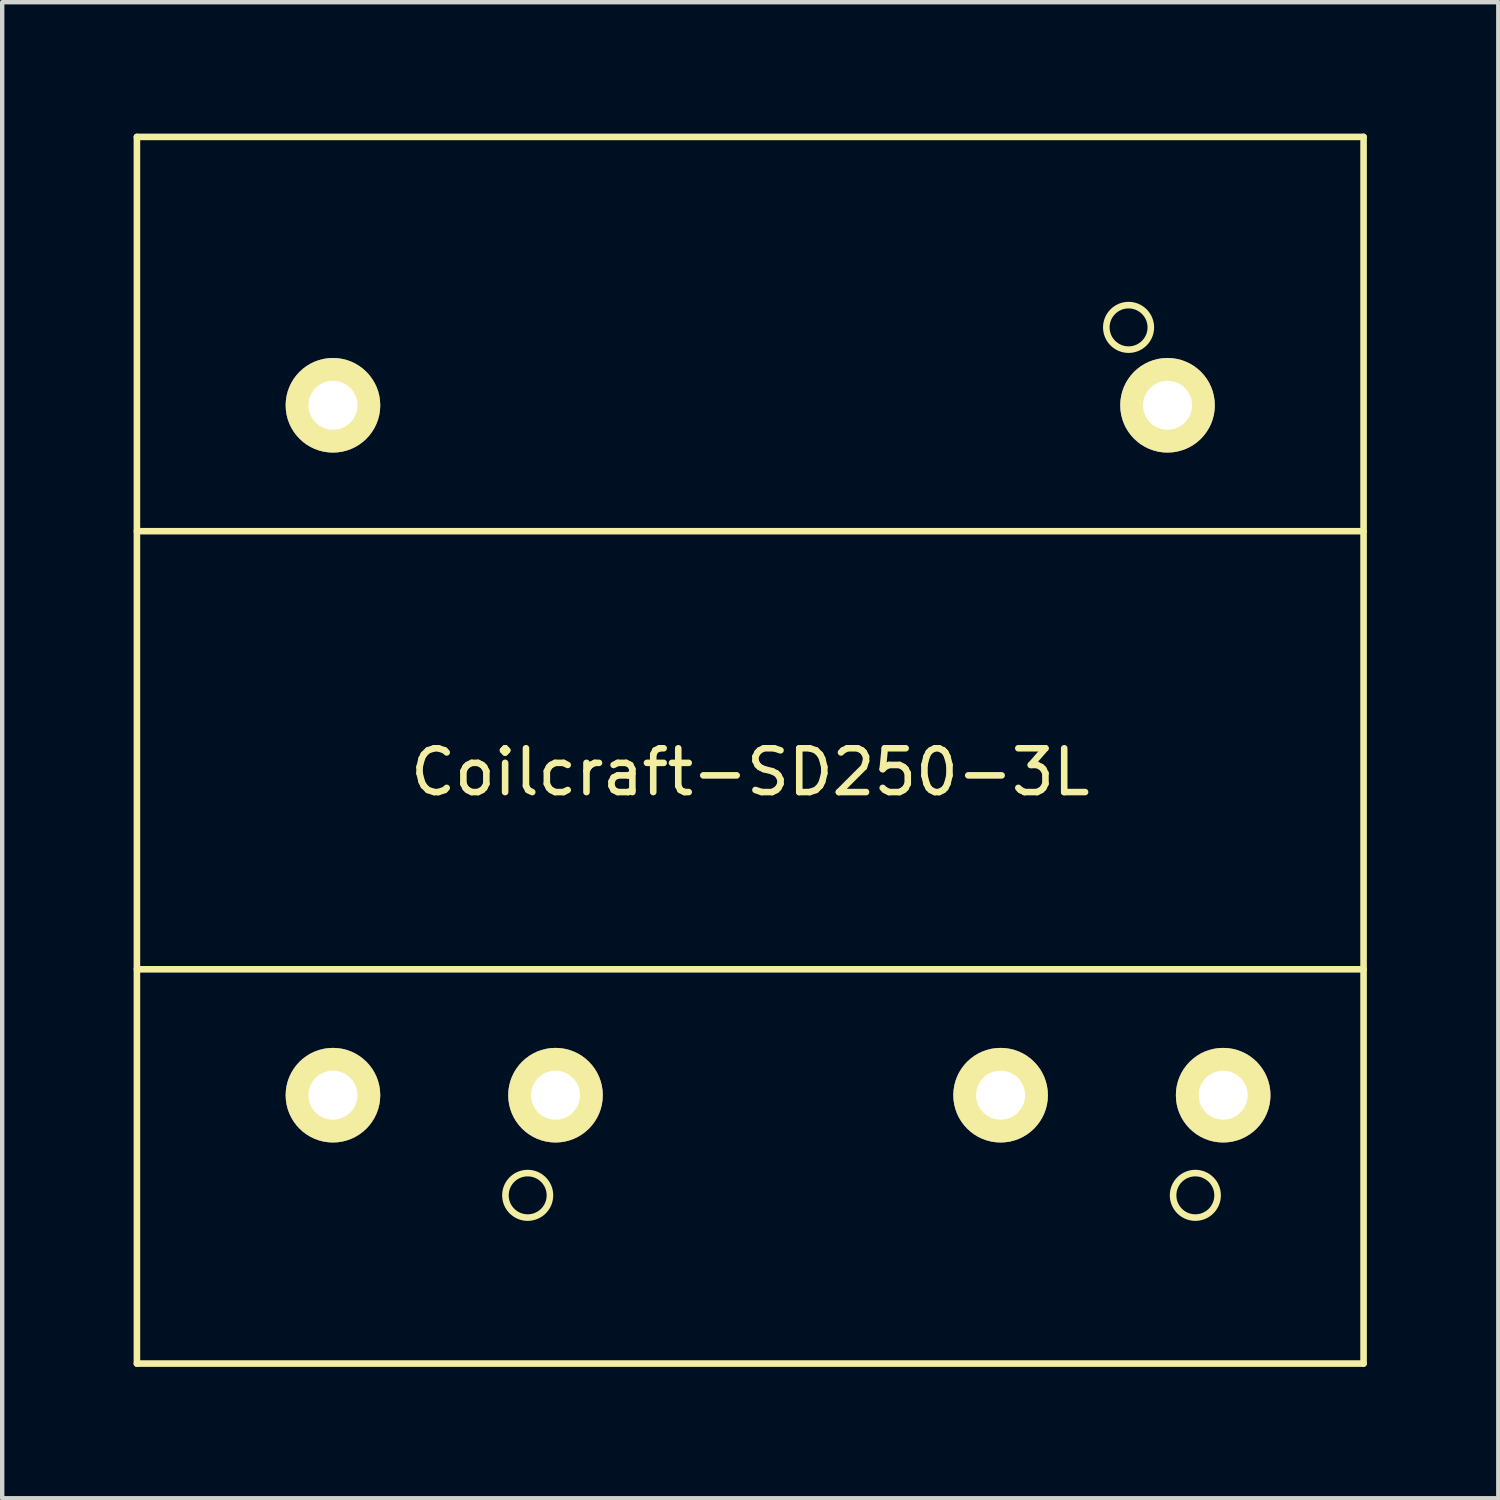
<source format=kicad_pcb>
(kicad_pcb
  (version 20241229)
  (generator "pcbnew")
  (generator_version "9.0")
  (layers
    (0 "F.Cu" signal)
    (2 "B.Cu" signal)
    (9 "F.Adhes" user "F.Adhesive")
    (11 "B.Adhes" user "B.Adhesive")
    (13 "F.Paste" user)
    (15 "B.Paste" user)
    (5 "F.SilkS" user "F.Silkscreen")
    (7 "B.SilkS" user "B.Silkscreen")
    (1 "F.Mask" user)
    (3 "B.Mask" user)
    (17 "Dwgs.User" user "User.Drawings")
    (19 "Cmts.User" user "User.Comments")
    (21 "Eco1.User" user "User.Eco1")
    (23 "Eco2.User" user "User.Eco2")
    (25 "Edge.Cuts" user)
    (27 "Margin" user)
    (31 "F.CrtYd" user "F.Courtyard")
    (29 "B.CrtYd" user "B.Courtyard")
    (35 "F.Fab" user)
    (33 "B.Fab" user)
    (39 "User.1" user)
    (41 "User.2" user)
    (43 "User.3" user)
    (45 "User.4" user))
  (footprint "Coilcraft-SD250-3L"
    (layer "F.Cu")
    (at 14.075 14.075)
    (property "Reference" "Coilcraft-SD250-3L" (at 0 0.5 0) (layer "F.SilkS") (effects (font (size 1 1) (thickness 0.15))))
    (attr through_hole)
    (fp_line (start -14 -14) (end 14 -14) (stroke (width 0.15) (type solid)) (layer "F.SilkS"))
    (fp_line (start -14 -5) (end 14 -5) (stroke (width 0.15) (type solid)) (layer "F.SilkS"))
    (fp_line (start -14 5) (end 14 5) (stroke (width 0.15) (type solid)) (layer "F.SilkS"))
    (fp_line (start -14 14) (end -14 -14) (stroke (width 0.15) (type solid)) (layer "F.SilkS"))
    (fp_line (start 14 -14) (end 14 14) (stroke (width 0.15) (type solid)) (layer "F.SilkS"))
    (fp_line (start 14 14) (end -14 14) (stroke (width 0.15) (type solid)) (layer "F.SilkS"))
    (fp_circle (center -5.08 10.16) (end -5.08 10.668) (stroke (width 0.15) (type solid)) (fill no) (layer "F.SilkS"))
    (fp_circle (center 8.636 -9.652) (end 9.144 -9.652) (stroke (width 0.15) (type solid)) (fill no) (layer "F.SilkS"))
    (fp_circle (center 10.16 10.16) (end 10.668 10.16) (stroke (width 0.15) (type solid)) (fill no) (layer "F.SilkS"))
    (pad "1" thru_hole circle (at 9.525 -7.874) (size 2.159 2.159) (drill 1.118) (layers "*.Cu" "*.Mask" "F.SilkS"))
    (pad "2" thru_hole circle (at -9.525 -7.874) (size 2.159 2.159) (drill 1.118) (layers "*.Cu" "*.Mask" "F.SilkS"))
    (pad "6" thru_hole circle (at -9.525 7.874) (size 2.159 2.159) (drill 1.118) (layers "*.Cu" "*.Mask" "F.SilkS"))
    (pad "7" thru_hole circle (at -4.445 7.874) (size 2.159 2.159) (drill 1.118) (layers "*.Cu" "*.Mask" "F.SilkS"))
    (pad "9" thru_hole circle (at 5.715 7.874) (size 2.159 2.159) (drill 1.118) (layers "*.Cu" "*.Mask" "F.SilkS"))
    (pad "10" thru_hole circle (at 10.795 7.874) (size 2.159 2.159) (drill 1.118) (layers "*.Cu" "*.Mask" "F.SilkS")))
  (gr_rect
    (start -3 -3)
    (end 31.15 31.15)
    (stroke (width 0.1) (type default))
    (fill no)
    (layer "Edge.Cuts")))
</source>
